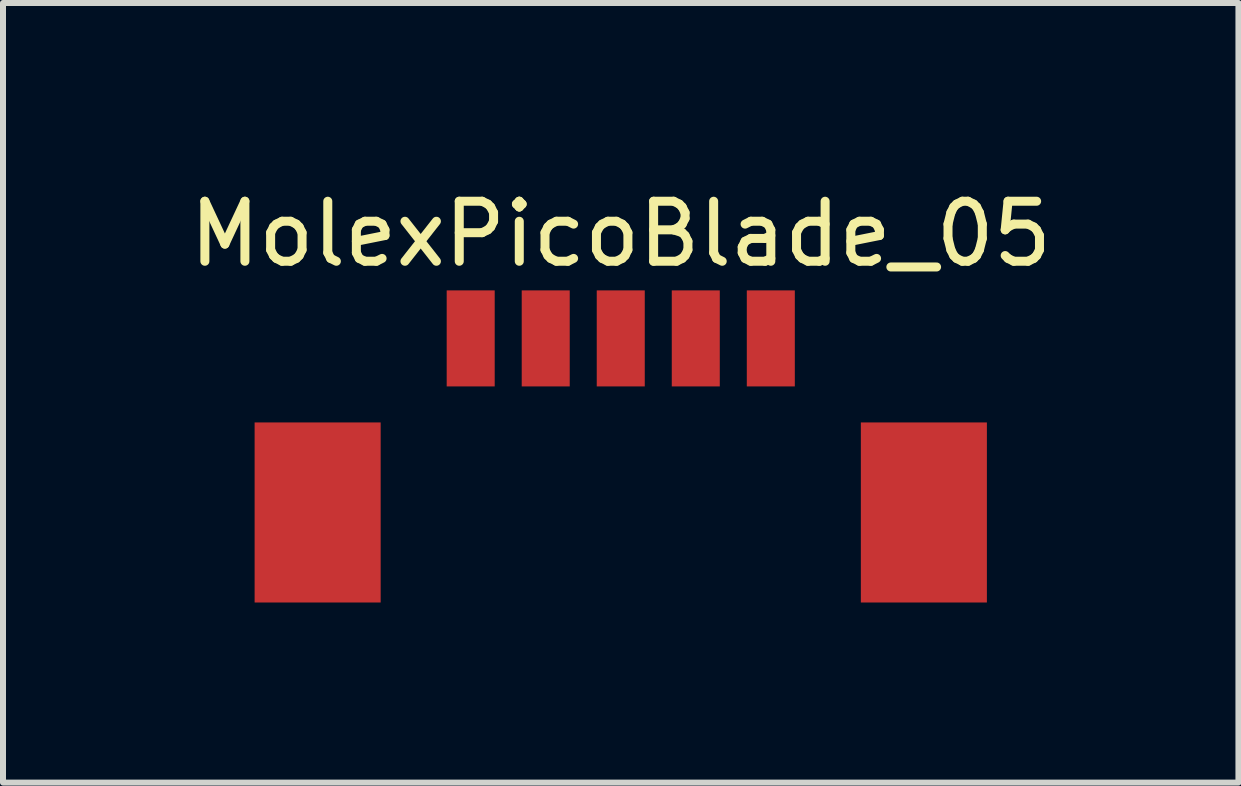
<source format=kicad_pcb>
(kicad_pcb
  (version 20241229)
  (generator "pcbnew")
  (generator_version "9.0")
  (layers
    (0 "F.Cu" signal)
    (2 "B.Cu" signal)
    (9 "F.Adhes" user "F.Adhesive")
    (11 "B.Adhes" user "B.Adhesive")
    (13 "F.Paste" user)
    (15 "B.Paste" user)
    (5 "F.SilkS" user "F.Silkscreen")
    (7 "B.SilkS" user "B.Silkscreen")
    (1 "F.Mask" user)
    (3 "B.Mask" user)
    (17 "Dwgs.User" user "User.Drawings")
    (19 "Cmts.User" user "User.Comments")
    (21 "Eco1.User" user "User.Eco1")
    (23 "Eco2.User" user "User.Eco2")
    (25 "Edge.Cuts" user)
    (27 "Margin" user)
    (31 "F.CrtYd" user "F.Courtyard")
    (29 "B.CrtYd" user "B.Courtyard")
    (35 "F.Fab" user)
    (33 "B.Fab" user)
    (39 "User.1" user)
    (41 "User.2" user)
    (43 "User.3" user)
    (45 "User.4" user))
  (footprint "MolexPicoBlade_05"
    (layer "F.Cu")
    (at 7.292 3.388)
    (property "Reference" "MolexPicoBlade_05" (at 0 -2.54 0) (layer "F.SilkS") (effects (font (size 1 1) (thickness 0.15))))
    (attr through_hole)
    (pad "" smd rect (at -5.05 2.1) (size 2.1 3) (layers "F.Cu" "F.Mask" "F.Paste"))
    (pad "" smd rect (at 5.05 2.1) (size 2.1 3) (layers "F.Cu" "F.Mask" "F.Paste"))
    (pad "1" smd rect (at -2.5 -0.8) (size 0.8 1.6) (layers "F.Cu" "F.Mask" "F.Paste"))
    (pad "2" smd rect (at -1.25 -0.8) (size 0.8 1.6) (layers "F.Cu" "F.Mask" "F.Paste"))
    (pad "3" smd rect (at 0 -0.8) (size 0.8 1.6) (layers "F.Cu" "F.Mask" "F.Paste"))
    (pad "4" smd rect (at 1.25 -0.8) (size 0.8 1.6) (layers "F.Cu" "F.Mask" "F.Paste"))
    (pad "5" smd rect (at 2.5 -0.8) (size 0.8 1.6) (layers "F.Cu" "F.Mask" "F.Paste")))
  (gr_rect
    (start -3 -3)
    (end 17.583 9.988)
    (stroke (width 0.1) (type default))
    (fill no)
    (layer "Edge.Cuts")))
</source>
